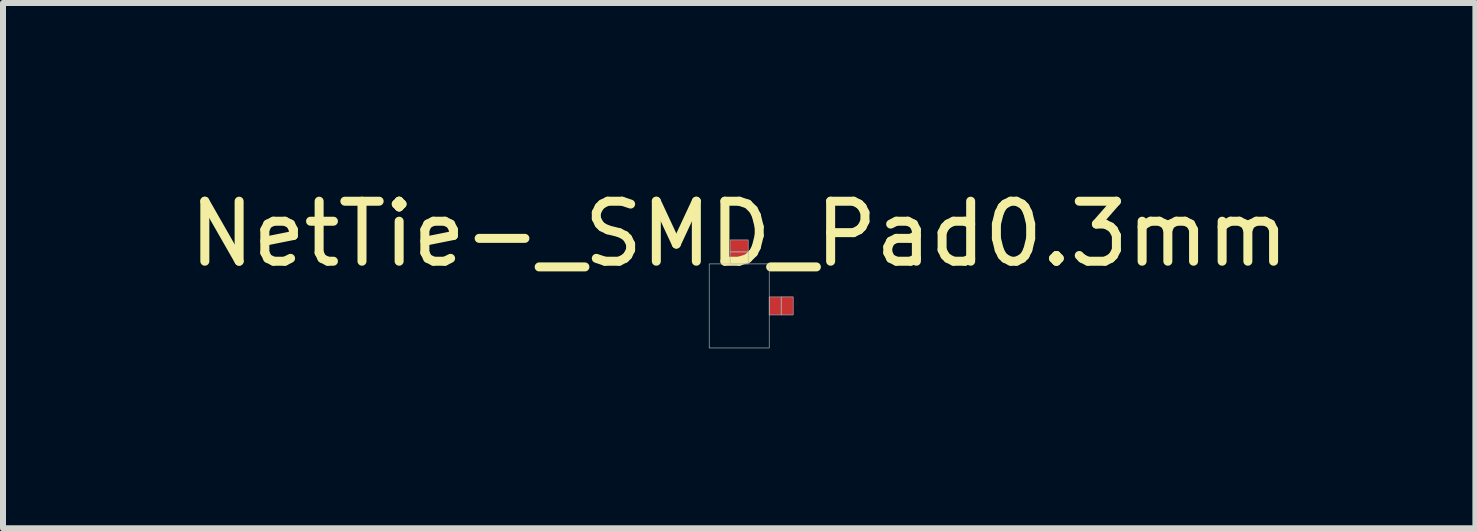
<source format=kicad_pcb>
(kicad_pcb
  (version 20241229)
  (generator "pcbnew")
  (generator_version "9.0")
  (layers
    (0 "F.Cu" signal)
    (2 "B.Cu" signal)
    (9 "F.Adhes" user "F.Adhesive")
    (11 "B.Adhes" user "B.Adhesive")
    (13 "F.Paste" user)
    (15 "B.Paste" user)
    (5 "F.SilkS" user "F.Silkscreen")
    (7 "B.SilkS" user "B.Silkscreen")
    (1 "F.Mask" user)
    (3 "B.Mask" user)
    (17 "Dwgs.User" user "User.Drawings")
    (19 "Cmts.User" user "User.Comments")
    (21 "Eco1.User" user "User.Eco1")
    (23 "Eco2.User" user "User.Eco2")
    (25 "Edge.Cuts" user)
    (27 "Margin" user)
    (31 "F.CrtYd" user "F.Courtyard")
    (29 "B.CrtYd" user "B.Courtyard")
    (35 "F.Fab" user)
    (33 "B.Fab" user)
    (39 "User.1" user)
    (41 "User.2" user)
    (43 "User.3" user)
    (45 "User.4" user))
  (footprint "NetTie-_SMD_Pad0.3mm"
    (layer "F.Cu")
    (at 9.268 2.048)
    (property "Reference" "NetTie-_SMD_Pad0.3mm" (at 0 -1.2 0) (layer "F.SilkS") (effects (font (size 1 1) (thickness 0.15))))
    (attr exclude_from_pos_files exclude_from_bom allow_missing_courtyard)
    (fp_rect (start -0.5 -0.7) (end 0.5 0.7) (stroke (width 0.01) (type default)) (fill no) (layer "Dwgs.User"))
    (fp_rect (start -0.151 -0.9) (end 0.15 -1.1) (stroke (width 0.01) (type default)) (fill no) (layer "F.Fab"))
    (fp_rect (start -0.151 -0.7) (end 0.15 -0.9) (stroke (width 0.01) (type default)) (fill no) (layer "F.Fab"))
    (fp_rect (start 0.5 -0.15) (end 0.7 0.151) (stroke (width 0.01) (type default)) (fill no) (layer "F.Fab"))
    (fp_rect (start 0.7 -0.151) (end 0.9 0.15) (stroke (width 0.01) (type default)) (fill no) (layer "F.Fab"))
    (pad "1" smd rect (at 0 -0.8 90) (size 0.2 0.3) (layers "F.Cu"))
    (pad "1" smd rect (at 0.6 0) (size 0.2 0.3) (layers "F.Cu"))
    (pad "2" smd rect (at 0 -1 90) (size 0.2 0.3) (layers "F.Cu"))
    (pad "2" smd rect (at 0.8 0) (size 0.2 0.3) (layers "F.Cu")))
  (gr_rect
    (start -3 -3)
    (end 21.536 5.753)
    (stroke (width 0.1) (type default))
    (fill no)
    (layer "Edge.Cuts")))
</source>
